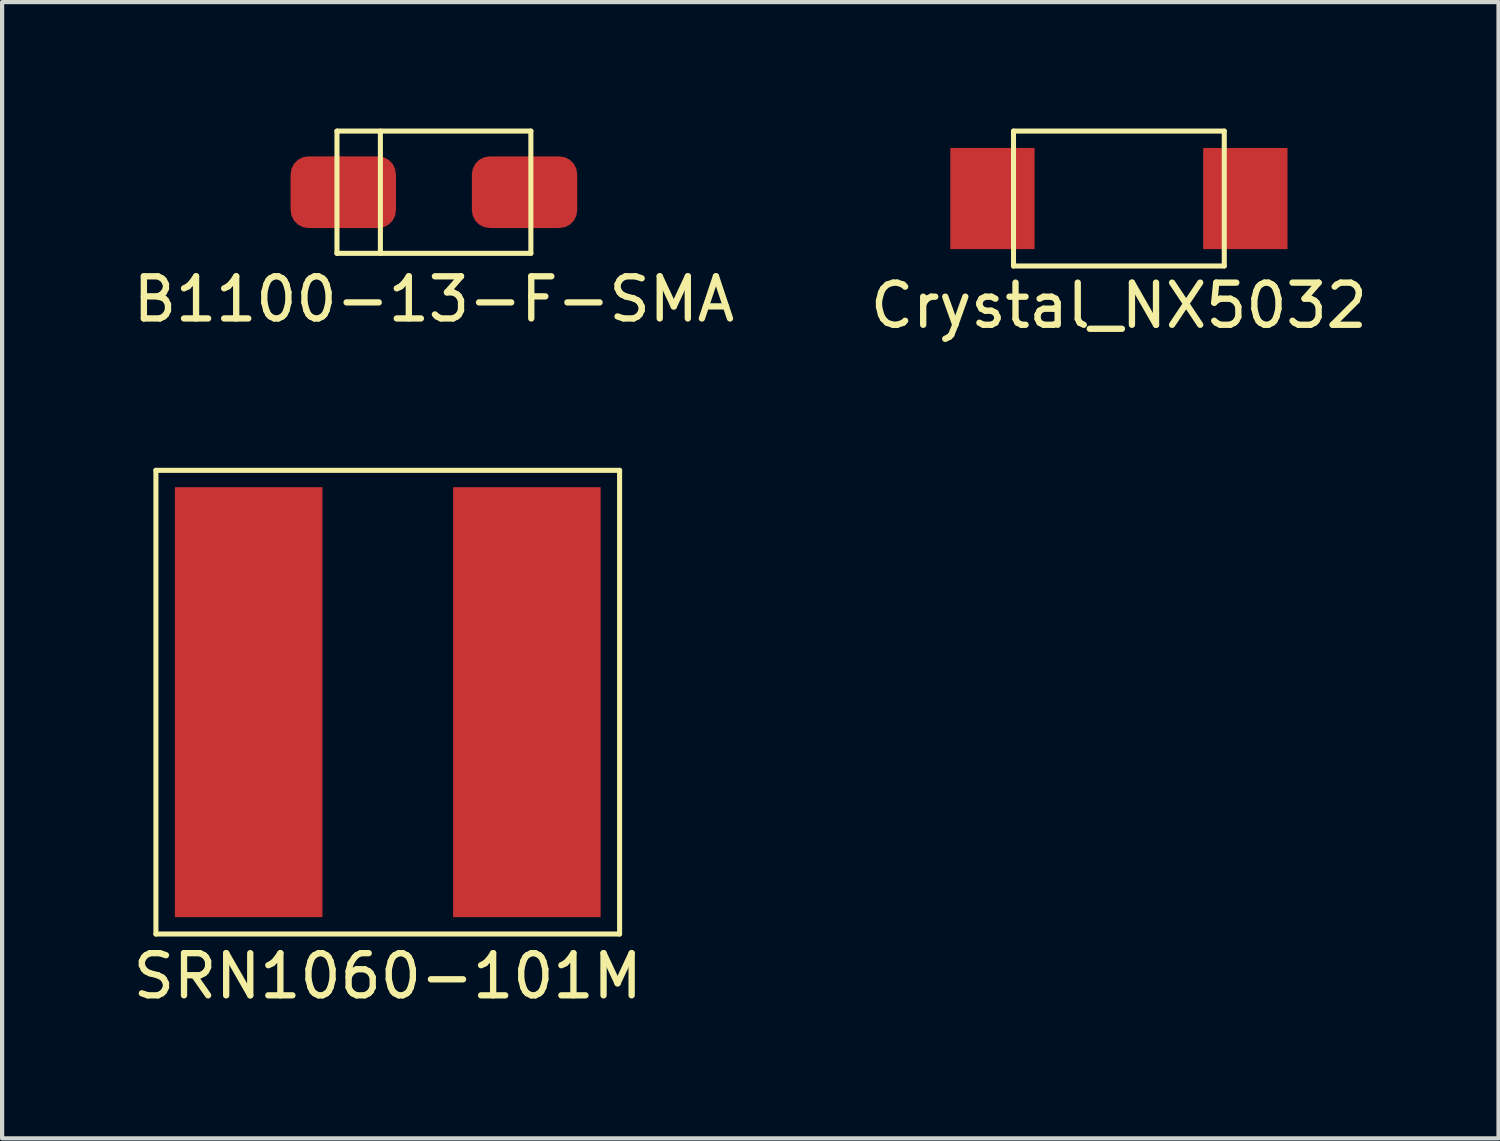
<source format=kicad_pcb>
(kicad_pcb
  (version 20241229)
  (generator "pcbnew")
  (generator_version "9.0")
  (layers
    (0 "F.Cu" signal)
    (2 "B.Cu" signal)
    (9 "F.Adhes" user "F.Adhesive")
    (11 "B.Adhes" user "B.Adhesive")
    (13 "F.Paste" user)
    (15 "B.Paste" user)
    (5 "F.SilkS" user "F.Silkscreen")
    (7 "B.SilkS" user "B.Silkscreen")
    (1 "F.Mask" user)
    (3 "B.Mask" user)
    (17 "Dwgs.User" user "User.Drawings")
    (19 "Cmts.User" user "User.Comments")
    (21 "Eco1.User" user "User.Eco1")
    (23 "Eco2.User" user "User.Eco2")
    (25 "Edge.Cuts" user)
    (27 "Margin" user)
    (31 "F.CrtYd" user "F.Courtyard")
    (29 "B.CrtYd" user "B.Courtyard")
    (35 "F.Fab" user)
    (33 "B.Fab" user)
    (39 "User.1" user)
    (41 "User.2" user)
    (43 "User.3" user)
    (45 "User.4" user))
  (footprint "Crystal_NX5032"
    (layer "F.Cu")
    (at 23.494 1.66)
    (property "Reference" "Crystal_NX5032" (at 0 2.54 0) (layer "F.SilkS") (effects (font (size 1 1) (thickness 0.15))))
    (attr through_hole)
    (fp_line (start -2.5 -1.6) (end 2.5 -1.6) (stroke (width 0.12) (type solid)) (layer "F.SilkS"))
    (fp_line (start -2.5 1.6) (end -2.5 -1.6) (stroke (width 0.12) (type solid)) (layer "F.SilkS"))
    (fp_line (start 2.5 -1.6) (end 2.5 1.6) (stroke (width 0.12) (type solid)) (layer "F.SilkS"))
    (fp_line (start 2.5 1.6) (end -2.5 1.6) (stroke (width 0.12) (type solid)) (layer "F.SilkS"))
    (pad "1" smd rect (at 3 0) (size 2 2.4) (layers "F.Cu" "F.Mask" "F.Paste"))
    (pad "2" smd rect (at -3 0) (size 2 2.4) (layers "F.Cu" "F.Mask" "F.Paste")))
  (footprint "B1100-13-F-SMA"
    (layer "F.Cu")
    (at 7.244 1.51)
    (property "Reference" "B1100-13-F-SMA" (at 0 2.54 0) (layer "F.SilkS") (effects (font (size 1 1) (thickness 0.15))))
    (attr through_hole)
    (fp_line (start -2.3 -1.45) (end 2.3 -1.45) (stroke (width 0.12) (type solid)) (layer "F.SilkS"))
    (fp_line (start -2.3 1.45) (end -2.3 -1.45) (stroke (width 0.12) (type solid)) (layer "F.SilkS"))
    (fp_line (start -1.27 -1.45) (end -1.27 1.45) (stroke (width 0.12) (type solid)) (layer "F.SilkS"))
    (fp_line (start 2.3 -1.45) (end 2.3 1.45) (stroke (width 0.12) (type solid)) (layer "F.SilkS"))
    (fp_line (start 2.3 1.45) (end -2.3 1.45) (stroke (width 0.12) (type solid)) (layer "F.SilkS"))
    (pad "1" smd roundrect (at -2.15 0) (size 2.5 1.7) (layers "F.Cu" "F.Mask" "F.Paste") (roundrect_rratio 0.25))
    (pad "2" smd roundrect (at 2.15 0) (size 2.5 1.7) (layers "F.Cu" "F.Mask" "F.Paste") (roundrect_rratio 0.25)))
  (footprint "SRN1060-101M"
    (layer "F.Cu")
    (at 6.149 13.608)
    (property "Reference" "SRN1060-101M" (at 0 6.5 0) (layer "F.SilkS") (effects (font (size 1 1) (thickness 0.15))))
    (attr through_hole)
    (fp_line (start -5.5 -5.5) (end 5.5 -5.5) (stroke (width 0.12) (type solid)) (layer "F.SilkS"))
    (fp_line (start -5.5 5.5) (end -5.5 -5.5) (stroke (width 0.12) (type solid)) (layer "F.SilkS"))
    (fp_line (start 5.5 -5.5) (end 5.5 5.5) (stroke (width 0.12) (type solid)) (layer "F.SilkS"))
    (fp_line (start 5.5 5.5) (end -5.5 5.5) (stroke (width 0.12) (type solid)) (layer "F.SilkS"))
    (pad "1" smd rect (at -3.3 0) (size 3.5 10.2) (layers "F.Cu" "F.Mask" "F.Paste"))
    (pad "2" smd rect (at 3.3 0) (size 3.5 10.2) (layers "F.Cu" "F.Mask" "F.Paste")))
  (gr_rect
    (start -3 -3)
    (end 32.5 23.956)
    (stroke (width 0.1) (type default))
    (fill no)
    (layer "Edge.Cuts")))
</source>
